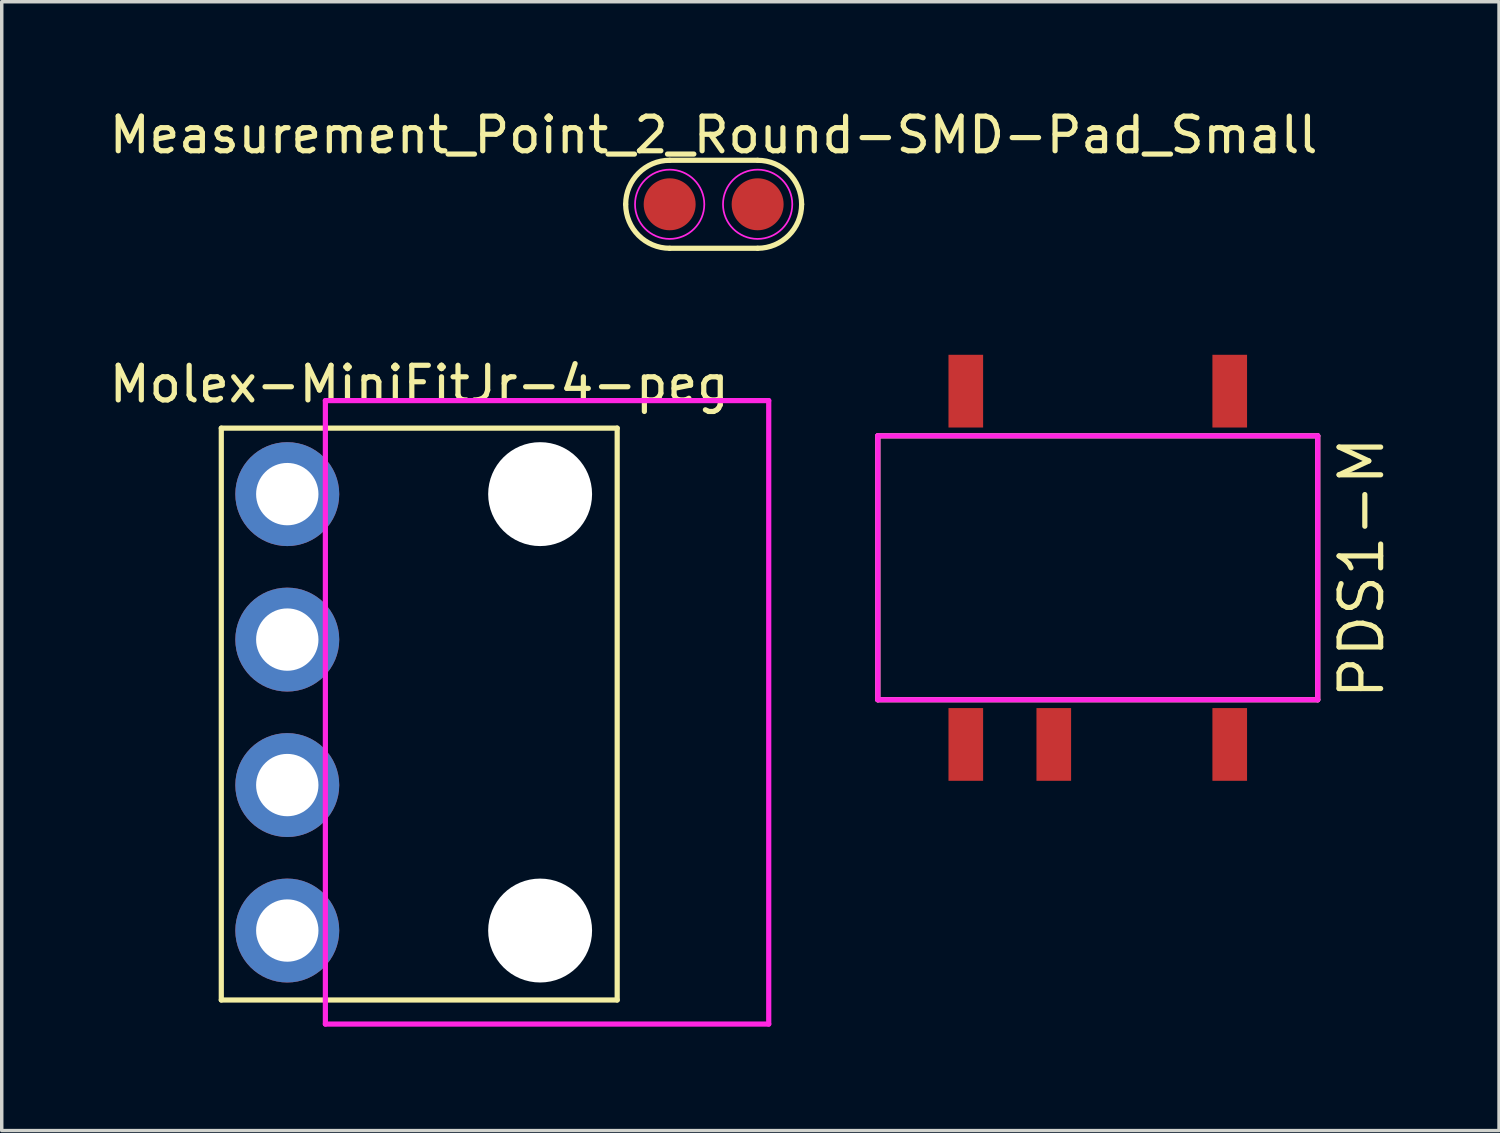
<source format=kicad_pcb>
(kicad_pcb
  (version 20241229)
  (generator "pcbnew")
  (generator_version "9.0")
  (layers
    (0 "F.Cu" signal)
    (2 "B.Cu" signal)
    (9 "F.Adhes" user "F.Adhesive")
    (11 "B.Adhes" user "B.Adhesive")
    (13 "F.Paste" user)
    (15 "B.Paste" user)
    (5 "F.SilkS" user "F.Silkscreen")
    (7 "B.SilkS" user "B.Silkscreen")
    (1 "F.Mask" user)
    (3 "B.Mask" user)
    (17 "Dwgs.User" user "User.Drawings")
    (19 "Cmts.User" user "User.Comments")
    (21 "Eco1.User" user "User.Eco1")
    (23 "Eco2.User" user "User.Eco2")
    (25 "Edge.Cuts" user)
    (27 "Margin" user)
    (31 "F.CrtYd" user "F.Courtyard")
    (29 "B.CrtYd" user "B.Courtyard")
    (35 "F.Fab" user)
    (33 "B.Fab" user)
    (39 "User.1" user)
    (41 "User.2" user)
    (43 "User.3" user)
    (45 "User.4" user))
  (footprint "Measurement_Point_2_Round-SMD-Pad_Small"
    (layer "F.Cu")
    (at 17.554 2.848)
    (property "Reference" "Measurement_Point_2_Round-SMD-Pad_Small" (at 0 -2 0) (layer "F.SilkS") (effects (font (size 1 1) (thickness 0.15))))
    (attr exclude_from_pos_files exclude_from_bom)
    (fp_line (start -1.27 -1.27) (end 1.27 -1.27) (stroke (width 0.15) (type solid)) (layer "F.SilkS"))
    (fp_line (start 1.27 1.27) (end -1.27 1.27) (stroke (width 0.15) (type solid)) (layer "F.SilkS"))
    (fp_arc (start -2.54 0) (mid -2.168026 -0.898026) (end -1.27 -1.27) (stroke (width 0.15) (type solid)) (layer "F.SilkS"))
    (fp_arc (start -1.27 1.27) (mid -2.168026 0.898026) (end -2.54 0) (stroke (width 0.15) (type solid)) (layer "F.SilkS"))
    (fp_arc (start 1.27 -1.27) (mid 2.168026 -0.898026) (end 2.54 0) (stroke (width 0.15) (type solid)) (layer "F.SilkS"))
    (fp_arc (start 2.54 0) (mid 2.168026 0.898026) (end 1.27 1.27) (stroke (width 0.15) (type solid)) (layer "F.SilkS"))
    (fp_circle (center -1.27 0) (end -0.27 0) (stroke (width 0.05) (type solid)) (fill no) (layer "F.CrtYd"))
    (fp_circle (center 1.27 0) (end 2.27 0) (stroke (width 0.05) (type solid)) (fill no) (layer "F.CrtYd"))
    (pad "1" smd circle (at -1.27 0) (size 1.5 1.5) (layers "F.Cu" "F.Mask"))
    (pad "2" smd circle (at 1.27 0) (size 1.5 1.5) (layers "F.Cu" "F.Mask")))
  (footprint "Molex-MiniFitJr-4-peg"
    (layer "F.Cu")
    (at 5.244 11.216)
    (property "Reference" "Molex-MiniFitJr-4-peg" (at 3.81 -3.175 0) (layer "F.SilkS") (effects (font (size 1 1) (thickness 0.15))))
    (attr through_hole)
    (fp_line (start -1.905 -1.905) (end 9.525 -1.905) (stroke (width 0.15) (type solid)) (layer "F.SilkS"))
    (fp_line (start -1.905 14.605) (end -1.905 -1.905) (stroke (width 0.15) (type solid)) (layer "F.SilkS"))
    (fp_line (start 9.525 -1.905) (end 9.525 14.605) (stroke (width 0.15) (type solid)) (layer "F.SilkS"))
    (fp_line (start 9.525 14.605) (end -1.905 14.605) (stroke (width 0.15) (type solid)) (layer "F.SilkS"))
    (fp_line (start 1.1 -2.7) (end 13.9 -2.7) (stroke (width 0.15) (type solid)) (layer "F.CrtYd"))
    (fp_line (start 1.1 15.3) (end 1.1 -2.7) (stroke (width 0.15) (type solid)) (layer "F.CrtYd"))
    (fp_line (start 13.9 -2.7) (end 13.9 15.3) (stroke (width 0.15) (type solid)) (layer "F.CrtYd"))
    (fp_line (start 13.9 15.3) (end 1.1 15.3) (stroke (width 0.15) (type solid)) (layer "F.CrtYd"))
    (pad "" np_thru_hole circle (at 7.3 0) (size 3 3) (drill 3) (layers "*.Cu"))
    (pad "" np_thru_hole circle (at 7.3 12.6) (size 3 3) (drill 3) (layers "*.Cu"))
    (pad "1" thru_hole circle (at 0 0) (size 3 3) (drill 1.8) (layers "*.Cu" "*.Mask"))
    (pad "2" thru_hole circle (at 0 4.2) (size 3 3) (drill 1.8) (layers "*.Cu" "*.Mask"))
    (pad "3" thru_hole circle (at 0 8.4) (size 3 3) (drill 1.8) (layers "*.Cu" "*.Mask"))
    (pad "4" thru_hole circle (at 0 12.6) (size 3 3) (drill 1.8) (layers "*.Cu" "*.Mask")))
  (footprint "PDS1-M"
    (layer "F.Cu")
    (at 28.644 13.343)
    (property "Reference" "PDS1-M" (at 7.62 0 90) (layer "F.SilkS") (effects (font (size 1.2 1.2) (thickness 0.15))))
    (attr through_hole)
    (fp_line (start -6.35 -3.81) (end 6.35 -3.81) (stroke (width 0.15) (type solid)) (layer "F.SilkS"))
    (fp_line (start -6.35 3.81) (end -6.35 -3.81) (stroke (width 0.15) (type solid)) (layer "F.SilkS"))
    (fp_line (start 6.35 -3.81) (end 6.35 3.81) (stroke (width 0.15) (type solid)) (layer "F.SilkS"))
    (fp_line (start 6.35 3.81) (end -6.35 3.81) (stroke (width 0.15) (type solid)) (layer "F.SilkS"))
    (fp_line (start -6.35 -3.81) (end 6.35 -3.81) (stroke (width 0.15) (type solid)) (layer "F.CrtYd"))
    (fp_line (start -6.35 3.81) (end -6.35 -3.81) (stroke (width 0.15) (type solid)) (layer "F.CrtYd"))
    (fp_line (start 6.35 -3.81) (end 6.35 3.81) (stroke (width 0.15) (type solid)) (layer "F.CrtYd"))
    (fp_line (start 6.35 3.81) (end -6.35 3.81) (stroke (width 0.15) (type solid)) (layer "F.CrtYd"))
    (pad "1" smd rect (at -3.81 5.1) (size 1 2.1) (layers "F.Cu" "F.Mask" "F.Paste"))
    (pad "2" smd rect (at -1.27 5.1) (size 1 2.1) (layers "F.Cu" "F.Mask" "F.Paste"))
    (pad "4" smd rect (at 3.81 5.1) (size 1 2.1) (layers "F.Cu" "F.Mask" "F.Paste"))
    (pad "5" smd rect (at 3.81 -5.1) (size 1 2.1) (layers "F.Cu" "F.Mask" "F.Paste"))
    (pad "8" smd rect (at -3.81 -5.1) (size 1 2.1) (layers "F.Cu" "F.Mask" "F.Paste")))
  (gr_rect
    (start -3 -3)
    (end 40.229 29.591)
    (stroke (width 0.1) (type default))
    (fill no)
    (layer "Edge.Cuts")))
</source>
